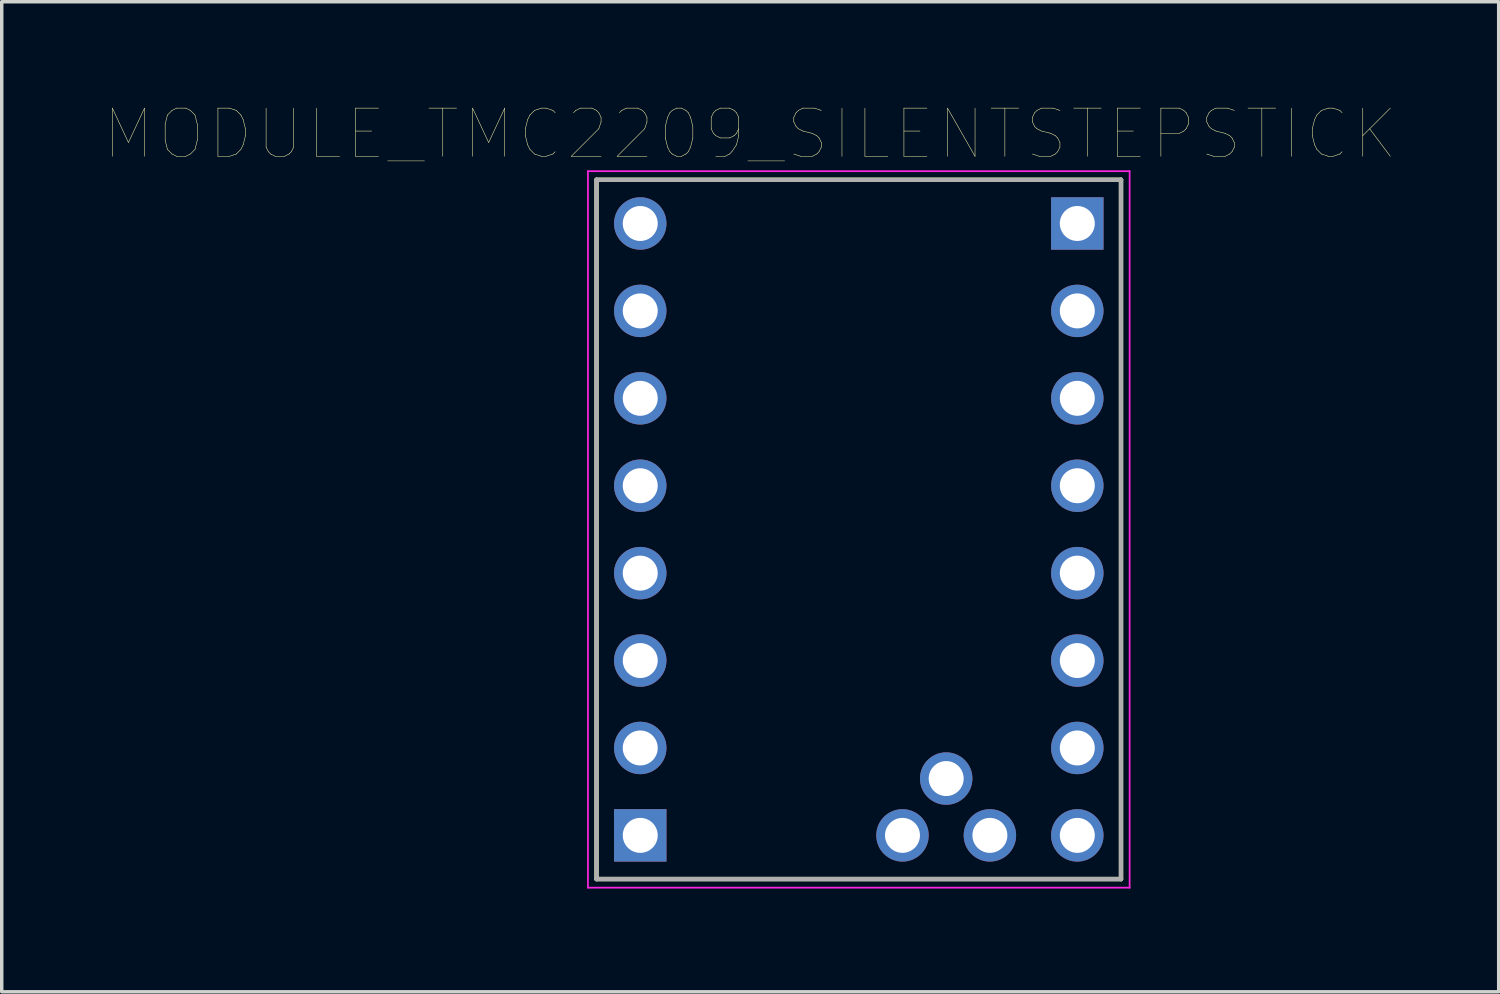
<source format=kicad_pcb>
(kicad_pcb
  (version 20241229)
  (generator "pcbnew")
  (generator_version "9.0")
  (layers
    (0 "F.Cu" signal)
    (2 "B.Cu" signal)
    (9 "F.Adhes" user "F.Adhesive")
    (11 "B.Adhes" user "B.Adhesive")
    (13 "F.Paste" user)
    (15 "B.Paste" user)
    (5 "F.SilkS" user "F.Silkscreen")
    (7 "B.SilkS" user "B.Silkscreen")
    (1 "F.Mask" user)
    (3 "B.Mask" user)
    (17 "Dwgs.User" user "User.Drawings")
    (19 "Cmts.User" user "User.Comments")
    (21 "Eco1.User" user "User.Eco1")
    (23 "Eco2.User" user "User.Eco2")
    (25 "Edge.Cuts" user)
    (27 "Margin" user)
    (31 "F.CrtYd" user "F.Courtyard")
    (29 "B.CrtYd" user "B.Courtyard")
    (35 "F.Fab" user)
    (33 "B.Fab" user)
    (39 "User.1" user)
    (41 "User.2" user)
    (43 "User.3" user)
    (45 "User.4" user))
  (footprint "MODULE_TMC2209_SILENTSTEPSTICK"
    (layer "F.Cu")
    (at 21.904 12.334)
    (property "Reference" "MODULE_TMC2209_SILENTSTEPSTICK" (at -3.155 -11.489 0) (layer "F.SilkS") (effects (font (size 1.4 1.4) (thickness 0.015))))
    (attr through_hole)
    (fp_line (start -7.62 -10.16) (end -7.62 10.16) (stroke (width 0.127) (type solid)) (layer "F.SilkS"))
    (fp_line (start -7.62 10.16) (end 7.62 10.16) (stroke (width 0.127) (type solid)) (layer "F.SilkS"))
    (fp_line (start 7.62 -10.16) (end -7.62 -10.16) (stroke (width 0.127) (type solid)) (layer "F.SilkS"))
    (fp_line (start 7.62 10.16) (end 7.62 -10.16) (stroke (width 0.127) (type solid)) (layer "F.SilkS"))
    (fp_line (start -7.87 -10.41) (end -7.87 10.41) (stroke (width 0.05) (type solid)) (layer "F.CrtYd"))
    (fp_line (start -7.87 -10.41) (end 7.87 -10.41) (stroke (width 0.05) (type solid)) (layer "F.CrtYd"))
    (fp_line (start -7.87 10.41) (end 7.87 10.41) (stroke (width 0.05) (type solid)) (layer "F.CrtYd"))
    (fp_line (start 7.87 -10.41) (end 7.87 10.41) (stroke (width 0.05) (type solid)) (layer "F.CrtYd"))
    (fp_line (start -7.62 -10.16) (end -7.62 10.16) (stroke (width 0.127) (type solid)) (layer "F.Fab"))
    (fp_line (start -7.62 10.16) (end 7.62 10.16) (stroke (width 0.127) (type solid)) (layer "F.Fab"))
    (fp_line (start 7.62 -10.16) (end -7.62 -10.16) (stroke (width 0.127) (type solid)) (layer "F.Fab"))
    (fp_line (start 7.62 10.16) (end 7.62 -10.16) (stroke (width 0.127) (type solid)) (layer "F.Fab"))
    (pad "JP1_1" thru_hole rect (at 6.35 -8.89) (size 1.524 1.524) (drill 1.016) (layers "*.Cu" "*.Mask"))
    (pad "JP1_2" thru_hole circle (at 6.35 -6.35) (size 1.524 1.524) (drill 1.016) (layers "*.Cu" "*.Mask"))
    (pad "JP1_3" thru_hole circle (at 6.35 -3.81) (size 1.524 1.524) (drill 1.016) (layers "*.Cu" "*.Mask"))
    (pad "JP1_4" thru_hole circle (at 6.35 -1.27) (size 1.524 1.524) (drill 1.016) (layers "*.Cu" "*.Mask"))
    (pad "JP1_5" thru_hole circle (at 6.35 1.27) (size 1.524 1.524) (drill 1.016) (layers "*.Cu" "*.Mask"))
    (pad "JP1_6" thru_hole circle (at 6.35 3.81) (size 1.524 1.524) (drill 1.016) (layers "*.Cu" "*.Mask"))
    (pad "JP1_7" thru_hole circle (at 6.35 6.35) (size 1.524 1.524) (drill 1.016) (layers "*.Cu" "*.Mask"))
    (pad "JP1_8" thru_hole circle (at 6.35 8.89) (size 1.524 1.524) (drill 1.016) (layers "*.Cu" "*.Mask"))
    (pad "JP2_1" thru_hole rect (at -6.35 8.89) (size 1.524 1.524) (drill 1.016) (layers "*.Cu" "*.Mask"))
    (pad "JP2_2" thru_hole circle (at -6.35 6.35) (size 1.524 1.524) (drill 1.016) (layers "*.Cu" "*.Mask"))
    (pad "JP2_3" thru_hole circle (at -6.35 -1.27) (size 1.524 1.524) (drill 1.016) (layers "*.Cu" "*.Mask"))
    (pad "JP2_4" thru_hole circle (at -6.35 1.27) (size 1.524 1.524) (drill 1.016) (layers "*.Cu" "*.Mask"))
    (pad "JP2_5" thru_hole circle (at -6.35 3.81) (size 1.524 1.524) (drill 1.016) (layers "*.Cu" "*.Mask"))
    (pad "JP2_6" thru_hole circle (at -6.35 -3.81) (size 1.524 1.524) (drill 1.016) (layers "*.Cu" "*.Mask"))
    (pad "JP2_7" thru_hole circle (at -6.35 -6.35) (size 1.524 1.524) (drill 1.016) (layers "*.Cu" "*.Mask"))
    (pad "JP2_8" thru_hole circle (at -6.35 -8.89) (size 1.524 1.524) (drill 1.016) (layers "*.Cu" "*.Mask"))
    (pad "JP3_1" thru_hole circle (at 2.54 7.239) (size 1.524 1.524) (drill 1.016) (layers "*.Cu" "*.Mask"))
    (pad "JP4_1" thru_hole circle (at 1.27 8.89) (size 1.524 1.524) (drill 1.016) (layers "*.Cu" "*.Mask"))
    (pad "JP5_1" thru_hole circle (at 3.81 8.89) (size 1.524 1.524) (drill 1.016) (layers "*.Cu" "*.Mask")))
  (gr_rect
    (start -3 -3)
    (end 40.498 25.769)
    (stroke (width 0.1) (type default))
    (fill no)
    (layer "Edge.Cuts")))
</source>
